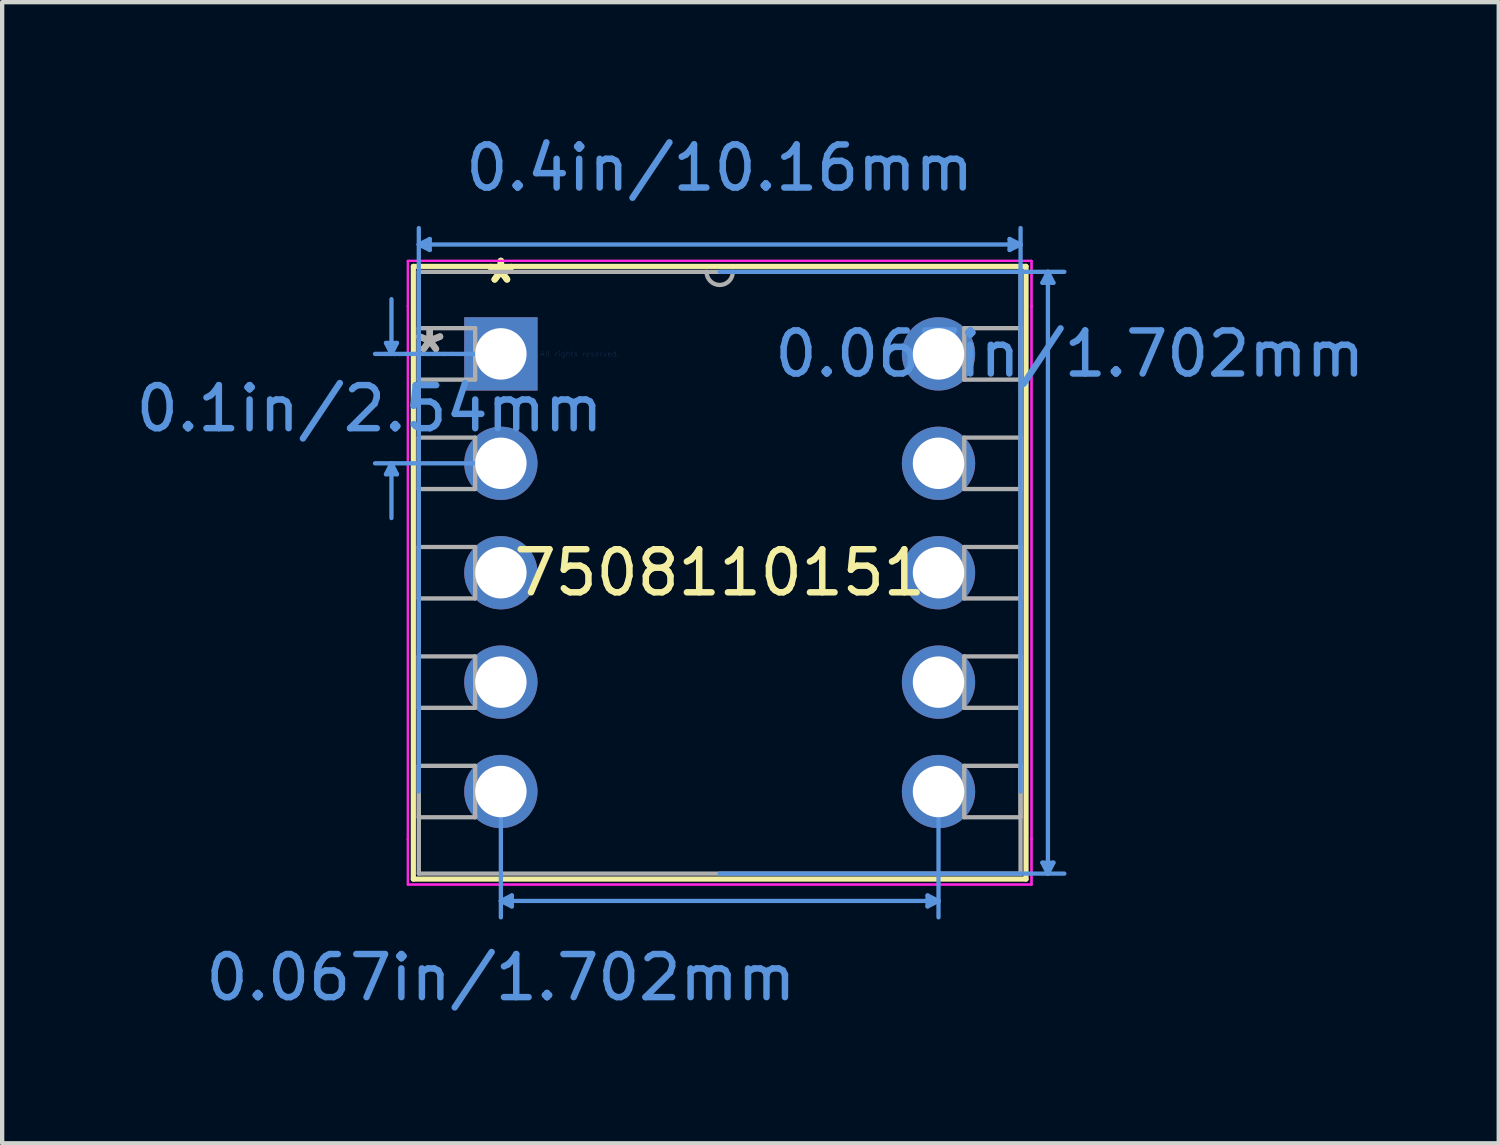
<source format=kicad_pcb>
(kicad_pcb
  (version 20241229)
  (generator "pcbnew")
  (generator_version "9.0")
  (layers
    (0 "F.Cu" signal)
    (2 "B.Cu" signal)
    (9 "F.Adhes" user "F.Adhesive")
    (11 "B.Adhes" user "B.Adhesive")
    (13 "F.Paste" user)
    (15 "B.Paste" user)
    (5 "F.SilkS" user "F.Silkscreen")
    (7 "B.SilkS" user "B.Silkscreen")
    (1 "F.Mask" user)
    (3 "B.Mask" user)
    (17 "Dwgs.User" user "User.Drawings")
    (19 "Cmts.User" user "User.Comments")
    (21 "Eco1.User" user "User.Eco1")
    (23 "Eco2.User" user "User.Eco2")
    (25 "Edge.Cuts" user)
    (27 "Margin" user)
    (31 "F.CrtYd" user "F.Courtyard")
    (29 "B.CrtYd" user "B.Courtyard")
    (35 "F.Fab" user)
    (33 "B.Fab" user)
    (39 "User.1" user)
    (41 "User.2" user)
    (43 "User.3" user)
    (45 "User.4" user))
  (footprint "7508110151"
    (layer "F.Cu")
    (at 8.578 5.166)
    (property "Reference" "7508110151" (at 5.08 5.08 0) (layer "F.SilkS") (effects (font (size 1 1) (thickness 0.15))))
    (attr through_hole)
    (fp_line (start -2.032 -2.032) (end -2.032 12.192) (stroke (width 0.12) (type solid)) (layer "F.SilkS"))
    (fp_line (start -2.032 12.192) (end 12.192 12.192) (stroke (width 0.12) (type solid)) (layer "F.SilkS"))
    (fp_line (start 12.192 -2.032) (end -2.032 -2.032) (stroke (width 0.12) (type solid)) (layer "F.SilkS"))
    (fp_line (start 12.192 12.192) (end 12.192 -2.032) (stroke (width 0.12) (type solid)) (layer "F.SilkS"))
    (fp_line (start -2.667 -0.254) (end -2.413 -0.254) (stroke (width 0.1) (type solid)) (layer "Cmts.User"))
    (fp_line (start -2.667 2.794) (end -2.413 2.794) (stroke (width 0.1) (type solid)) (layer "Cmts.User"))
    (fp_line (start -2.54 0) (end -2.667 -0.254) (stroke (width 0.1) (type solid)) (layer "Cmts.User"))
    (fp_line (start -2.54 0) (end -2.54 -1.27) (stroke (width 0.1) (type solid)) (layer "Cmts.User"))
    (fp_line (start -2.54 0) (end -2.413 -0.254) (stroke (width 0.1) (type solid)) (layer "Cmts.User"))
    (fp_line (start -2.54 2.54) (end -2.667 2.794) (stroke (width 0.1) (type solid)) (layer "Cmts.User"))
    (fp_line (start -2.54 2.54) (end -2.54 3.81) (stroke (width 0.1) (type solid)) (layer "Cmts.User"))
    (fp_line (start -2.54 2.54) (end -2.413 2.794) (stroke (width 0.1) (type solid)) (layer "Cmts.User"))
    (fp_line (start -1.905 -2.54) (end -1.651 -2.667) (stroke (width 0.1) (type solid)) (layer "Cmts.User"))
    (fp_line (start -1.905 -2.54) (end -1.651 -2.413) (stroke (width 0.1) (type solid)) (layer "Cmts.User"))
    (fp_line (start -1.905 -2.54) (end 12.065 -2.54) (stroke (width 0.1) (type solid)) (layer "Cmts.User"))
    (fp_line (start -1.905 10.16) (end -1.905 -2.921) (stroke (width 0.1) (type solid)) (layer "Cmts.User"))
    (fp_line (start -1.651 -2.667) (end -1.651 -2.413) (stroke (width 0.1) (type solid)) (layer "Cmts.User"))
    (fp_line (start 0 0) (end -2.921 0) (stroke (width 0.1) (type solid)) (layer "Cmts.User"))
    (fp_line (start 0 2.54) (end -2.921 2.54) (stroke (width 0.1) (type solid)) (layer "Cmts.User"))
    (fp_line (start 0 10.16) (end 0 13.081) (stroke (width 0.1) (type solid)) (layer "Cmts.User"))
    (fp_line (start 0 12.7) (end 0.254 12.573) (stroke (width 0.1) (type solid)) (layer "Cmts.User"))
    (fp_line (start 0 12.7) (end 0.254 12.827) (stroke (width 0.1) (type solid)) (layer "Cmts.User"))
    (fp_line (start 0 12.7) (end 10.16 12.7) (stroke (width 0.1) (type solid)) (layer "Cmts.User"))
    (fp_line (start 0.254 12.573) (end 0.254 12.827) (stroke (width 0.1) (type solid)) (layer "Cmts.User"))
    (fp_line (start 5.08 -1.905) (end 13.081 -1.905) (stroke (width 0.1) (type solid)) (layer "Cmts.User"))
    (fp_line (start 5.08 12.065) (end 13.081 12.065) (stroke (width 0.1) (type solid)) (layer "Cmts.User"))
    (fp_line (start 9.906 12.573) (end 9.906 12.827) (stroke (width 0.1) (type solid)) (layer "Cmts.User"))
    (fp_line (start 10.16 10.16) (end 10.16 13.081) (stroke (width 0.1) (type solid)) (layer "Cmts.User"))
    (fp_line (start 10.16 12.7) (end 9.906 12.573) (stroke (width 0.1) (type solid)) (layer "Cmts.User"))
    (fp_line (start 10.16 12.7) (end 9.906 12.827) (stroke (width 0.1) (type solid)) (layer "Cmts.User"))
    (fp_line (start 11.811 -2.667) (end 11.811 -2.413) (stroke (width 0.1) (type solid)) (layer "Cmts.User"))
    (fp_line (start 12.065 -2.54) (end 11.811 -2.667) (stroke (width 0.1) (type solid)) (layer "Cmts.User"))
    (fp_line (start 12.065 -2.54) (end 11.811 -2.413) (stroke (width 0.1) (type solid)) (layer "Cmts.User"))
    (fp_line (start 12.065 10.16) (end 12.065 -2.921) (stroke (width 0.1) (type solid)) (layer "Cmts.User"))
    (fp_line (start 12.573 -1.651) (end 12.827 -1.651) (stroke (width 0.1) (type solid)) (layer "Cmts.User"))
    (fp_line (start 12.573 11.811) (end 12.827 11.811) (stroke (width 0.1) (type solid)) (layer "Cmts.User"))
    (fp_line (start 12.7 -1.905) (end 12.573 -1.651) (stroke (width 0.1) (type solid)) (layer "Cmts.User"))
    (fp_line (start 12.7 -1.905) (end 12.7 12.065) (stroke (width 0.1) (type solid)) (layer "Cmts.User"))
    (fp_line (start 12.7 -1.905) (end 12.827 -1.651) (stroke (width 0.1) (type solid)) (layer "Cmts.User"))
    (fp_line (start 12.7 12.065) (end 12.573 11.811) (stroke (width 0.1) (type solid)) (layer "Cmts.User"))
    (fp_line (start 12.7 12.065) (end 12.827 11.811) (stroke (width 0.1) (type solid)) (layer "Cmts.User"))
    (fp_line (start -2.159 -2.159) (end -2.159 -1.105) (stroke (width 0.05) (type solid)) (layer "F.CrtYd"))
    (fp_line (start -2.159 -2.159) (end 12.319 -2.159) (stroke (width 0.05) (type solid)) (layer "F.CrtYd"))
    (fp_line (start -2.159 -1.105) (end -2.159 -2.159) (stroke (width 0.05) (type solid)) (layer "F.CrtYd"))
    (fp_line (start -2.159 -1.105) (end -2.159 -1.105) (stroke (width 0.05) (type solid)) (layer "F.CrtYd"))
    (fp_line (start -2.159 -1.105) (end -2.159 -1.105) (stroke (width 0.05) (type solid)) (layer "F.CrtYd"))
    (fp_line (start -2.159 -1.105) (end -2.159 11.265) (stroke (width 0.05) (type solid)) (layer "F.CrtYd"))
    (fp_line (start -2.159 11.265) (end -2.159 -1.105) (stroke (width 0.05) (type solid)) (layer "F.CrtYd"))
    (fp_line (start -2.159 11.265) (end -2.159 11.265) (stroke (width 0.05) (type solid)) (layer "F.CrtYd"))
    (fp_line (start -2.159 11.265) (end -2.159 11.265) (stroke (width 0.05) (type solid)) (layer "F.CrtYd"))
    (fp_line (start -2.159 11.265) (end -2.159 12.319) (stroke (width 0.05) (type solid)) (layer "F.CrtYd"))
    (fp_line (start -2.159 12.319) (end -2.159 11.265) (stroke (width 0.05) (type solid)) (layer "F.CrtYd"))
    (fp_line (start -2.159 12.319) (end 12.319 12.319) (stroke (width 0.05) (type solid)) (layer "F.CrtYd"))
    (fp_line (start 12.319 -2.159) (end -2.159 -2.159) (stroke (width 0.05) (type solid)) (layer "F.CrtYd"))
    (fp_line (start 12.319 -2.159) (end 12.319 -1.105) (stroke (width 0.05) (type solid)) (layer "F.CrtYd"))
    (fp_line (start 12.319 -1.105) (end 12.319 -2.159) (stroke (width 0.05) (type solid)) (layer "F.CrtYd"))
    (fp_line (start 12.319 -1.105) (end 12.319 -1.105) (stroke (width 0.05) (type solid)) (layer "F.CrtYd"))
    (fp_line (start 12.319 -1.105) (end 12.319 -1.105) (stroke (width 0.05) (type solid)) (layer "F.CrtYd"))
    (fp_line (start 12.319 -1.105) (end 12.319 11.265) (stroke (width 0.05) (type solid)) (layer "F.CrtYd"))
    (fp_line (start 12.319 11.265) (end 12.319 -1.105) (stroke (width 0.05) (type solid)) (layer "F.CrtYd"))
    (fp_line (start 12.319 11.265) (end 12.319 11.265) (stroke (width 0.05) (type solid)) (layer "F.CrtYd"))
    (fp_line (start 12.319 11.265) (end 12.319 11.265) (stroke (width 0.05) (type solid)) (layer "F.CrtYd"))
    (fp_line (start 12.319 11.265) (end 12.319 12.319) (stroke (width 0.05) (type solid)) (layer "F.CrtYd"))
    (fp_line (start 12.319 12.319) (end -2.159 12.319) (stroke (width 0.05) (type solid)) (layer "F.CrtYd"))
    (fp_line (start 12.319 12.319) (end 12.319 11.265) (stroke (width 0.05) (type solid)) (layer "F.CrtYd"))
    (fp_line (start -1.905 -1.905) (end -1.905 12.065) (stroke (width 0.1) (type solid)) (layer "F.Fab"))
    (fp_line (start -1.905 -0.597) (end -0.597 -0.597) (stroke (width 0.1) (type solid)) (layer "F.Fab"))
    (fp_line (start -1.905 0.597) (end -1.905 -0.597) (stroke (width 0.1) (type solid)) (layer "F.Fab"))
    (fp_line (start -1.905 1.943) (end -0.597 1.943) (stroke (width 0.1) (type solid)) (layer "F.Fab"))
    (fp_line (start -1.905 3.137) (end -1.905 1.943) (stroke (width 0.1) (type solid)) (layer "F.Fab"))
    (fp_line (start -1.905 4.483) (end -0.597 4.483) (stroke (width 0.1) (type solid)) (layer "F.Fab"))
    (fp_line (start -1.905 5.677) (end -1.905 4.483) (stroke (width 0.1) (type solid)) (layer "F.Fab"))
    (fp_line (start -1.905 7.023) (end -0.597 7.023) (stroke (width 0.1) (type solid)) (layer "F.Fab"))
    (fp_line (start -1.905 8.217) (end -1.905 7.023) (stroke (width 0.1) (type solid)) (layer "F.Fab"))
    (fp_line (start -1.905 9.563) (end -0.597 9.563) (stroke (width 0.1) (type solid)) (layer "F.Fab"))
    (fp_line (start -1.905 10.757) (end -1.905 9.563) (stroke (width 0.1) (type solid)) (layer "F.Fab"))
    (fp_line (start -1.905 12.065) (end 12.065 12.065) (stroke (width 0.1) (type solid)) (layer "F.Fab"))
    (fp_line (start -0.597 -0.597) (end -0.597 0.597) (stroke (width 0.1) (type solid)) (layer "F.Fab"))
    (fp_line (start -0.597 0.597) (end -1.905 0.597) (stroke (width 0.1) (type solid)) (layer "F.Fab"))
    (fp_line (start -0.597 1.943) (end -0.597 3.137) (stroke (width 0.1) (type solid)) (layer "F.Fab"))
    (fp_line (start -0.597 3.137) (end -1.905 3.137) (stroke (width 0.1) (type solid)) (layer "F.Fab"))
    (fp_line (start -0.597 4.483) (end -0.597 5.677) (stroke (width 0.1) (type solid)) (layer "F.Fab"))
    (fp_line (start -0.597 5.677) (end -1.905 5.677) (stroke (width 0.1) (type solid)) (layer "F.Fab"))
    (fp_line (start -0.597 7.023) (end -0.597 8.217) (stroke (width 0.1) (type solid)) (layer "F.Fab"))
    (fp_line (start -0.597 8.217) (end -1.905 8.217) (stroke (width 0.1) (type solid)) (layer "F.Fab"))
    (fp_line (start -0.597 9.563) (end -0.597 10.757) (stroke (width 0.1) (type solid)) (layer "F.Fab"))
    (fp_line (start -0.597 10.757) (end -1.905 10.757) (stroke (width 0.1) (type solid)) (layer "F.Fab"))
    (fp_line (start 10.757 -0.597) (end 12.065 -0.597) (stroke (width 0.1) (type solid)) (layer "F.Fab"))
    (fp_line (start 10.757 0.597) (end 10.757 -0.597) (stroke (width 0.1) (type solid)) (layer "F.Fab"))
    (fp_line (start 10.757 1.943) (end 12.065 1.943) (stroke (width 0.1) (type solid)) (layer "F.Fab"))
    (fp_line (start 10.757 3.137) (end 10.757 1.943) (stroke (width 0.1) (type solid)) (layer "F.Fab"))
    (fp_line (start 10.757 4.483) (end 12.065 4.483) (stroke (width 0.1) (type solid)) (layer "F.Fab"))
    (fp_line (start 10.757 5.677) (end 10.757 4.483) (stroke (width 0.1) (type solid)) (layer "F.Fab"))
    (fp_line (start 10.757 7.023) (end 12.065 7.023) (stroke (width 0.1) (type solid)) (layer "F.Fab"))
    (fp_line (start 10.757 8.217) (end 10.757 7.023) (stroke (width 0.1) (type solid)) (layer "F.Fab"))
    (fp_line (start 10.757 9.563) (end 12.065 9.563) (stroke (width 0.1) (type solid)) (layer "F.Fab"))
    (fp_line (start 10.757 10.757) (end 10.757 9.563) (stroke (width 0.1) (type solid)) (layer "F.Fab"))
    (fp_line (start 12.065 -1.905) (end -1.905 -1.905) (stroke (width 0.1) (type solid)) (layer "F.Fab"))
    (fp_line (start 12.065 -0.597) (end 12.065 0.597) (stroke (width 0.1) (type solid)) (layer "F.Fab"))
    (fp_line (start 12.065 0.597) (end 10.757 0.597) (stroke (width 0.1) (type solid)) (layer "F.Fab"))
    (fp_line (start 12.065 1.943) (end 12.065 3.137) (stroke (width 0.1) (type solid)) (layer "F.Fab"))
    (fp_line (start 12.065 3.137) (end 10.757 3.137) (stroke (width 0.1) (type solid)) (layer "F.Fab"))
    (fp_line (start 12.065 4.483) (end 12.065 5.677) (stroke (width 0.1) (type solid)) (layer "F.Fab"))
    (fp_line (start 12.065 5.677) (end 10.757 5.677) (stroke (width 0.1) (type solid)) (layer "F.Fab"))
    (fp_line (start 12.065 7.023) (end 12.065 8.217) (stroke (width 0.1) (type solid)) (layer "F.Fab"))
    (fp_line (start 12.065 8.217) (end 10.757 8.217) (stroke (width 0.1) (type solid)) (layer "F.Fab"))
    (fp_line (start 12.065 9.563) (end 12.065 10.757) (stroke (width 0.1) (type solid)) (layer "F.Fab"))
    (fp_line (start 12.065 10.757) (end 10.757 10.757) (stroke (width 0.1) (type solid)) (layer "F.Fab"))
    (fp_line (start 12.065 12.065) (end 12.065 -1.905) (stroke (width 0.1) (type solid)) (layer "F.Fab"))
    (fp_arc (start 5.3848 -1.905) (mid 5.08 -1.6002) (end 4.7752 -1.905) (stroke (width 0.1) (type solid)) (layer "F.Fab"))
    (fp_text user "*" (at 0 -1.613 0) (layer "F.SilkS") (effects (font (size 1 1) (thickness 0.15))))
    (fp_text user "*" (at 0 -1.613 0) (layer "F.SilkS") (effects (font (size 1 1) (thickness 0.15))))
    (fp_text user "0.1in/2.54mm" (at -3.048 1.27 0) (layer "Cmts.User") (effects (font (size 1 1) (thickness 0.15))))
    (fp_text user "0.4in/10.16mm" (at 5.08 -4.318 0) (layer "Cmts.User") (effects (font (size 1 1) (thickness 0.15))))
    (fp_text user "0.067in/1.702mm" (at 0 14.478 0) (layer "Cmts.User") (effects (font (size 1 1) (thickness 0.15))))
    (fp_text user "Copyright 2021 Accelerated Designs. All rights reserved." (at 0 0 0) (layer "Cmts.User") (effects (font (size 0.127 0.127) (thickness 0.002))))
    (fp_text user "0.067in/1.702mm" (at 13.208 0 0) (layer "Cmts.User") (effects (font (size 1 1) (thickness 0.15))))
    (fp_text user "*" (at -1.651 0 0) (layer "F.Fab") (effects (font (size 1 1) (thickness 0.15))))
    (fp_text user "*" (at -1.651 0 0) (layer "F.Fab") (effects (font (size 1 1) (thickness 0.15))))
    (pad "1" thru_hole rect (at 0 0) (size 1.702 1.702) (drill 1.194) (layers "*.Cu" "*.Mask"))
    (pad "2" thru_hole circle (at 0 2.54) (size 1.702 1.702) (drill 1.194) (layers "*.Cu" "*.Mask"))
    (pad "3" thru_hole circle (at 0 5.08) (size 1.702 1.702) (drill 1.194) (layers "*.Cu" "*.Mask"))
    (pad "4" thru_hole circle (at 0 7.62) (size 1.702 1.702) (drill 1.194) (layers "*.Cu" "*.Mask"))
    (pad "5" thru_hole circle (at 0 10.16) (size 1.702 1.702) (drill 1.194) (layers "*.Cu" "*.Mask"))
    (pad "6" thru_hole circle (at 10.16 10.16) (size 1.702 1.702) (drill 1.194) (layers "*.Cu" "*.Mask"))
    (pad "7" thru_hole circle (at 10.16 7.62) (size 1.702 1.702) (drill 1.194) (layers "*.Cu" "*.Mask"))
    (pad "8" thru_hole circle (at 10.16 5.08) (size 1.702 1.702) (drill 1.194) (layers "*.Cu" "*.Mask"))
    (pad "9" thru_hole circle (at 10.16 2.54) (size 1.702 1.702) (drill 1.194) (layers "*.Cu" "*.Mask"))
    (pad "10" thru_hole circle (at 10.16 0) (size 1.702 1.702) (drill 1.194) (layers "*.Cu" "*.Mask")))
  (gr_rect
    (start -3 -3)
    (end 31.744 23.492)
    (stroke (width 0.1) (type default))
    (fill no)
    (layer "Edge.Cuts")))
</source>
